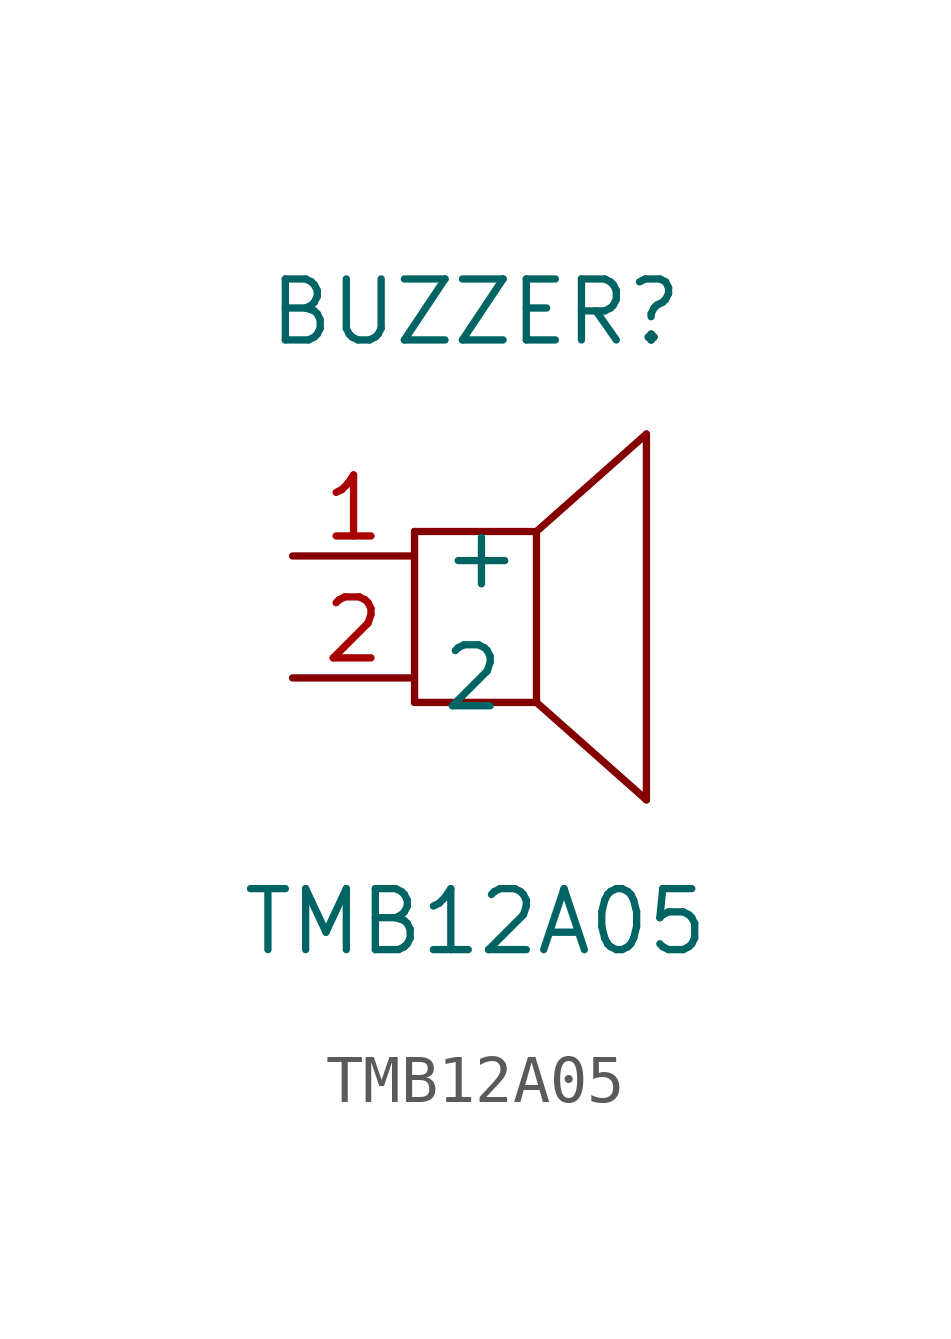
<source format=kicad_sym>
(kicad_symbol_lib
  (version 20211014)
  (generator https://github.com/uPesy/easyeda2kicad.py)
  (symbol "TMB12A05"
    (property "Reference" "BUZZER"
      (at 0 6.35 0)
      (effects (font (size 1.27 1.27))))
    (property "Value" "TMB12A05"
      (at 0 -6.35 0)
      (effects (font (size 1.27 1.27))))
    (symbol "TMB12A05_0_1"
      (polyline (pts (xy 3.56 3.81) (xy 1.27 1.78)) (stroke (width 0) (type default) (color 0 0 0 0)) (fill (type none)))
      (polyline (pts (xy 1.27 -1.78) (xy 3.56 -3.81)) (stroke (width 0) (type default) (color 0 0 0 0)) (fill (type none)))
      (polyline (pts (xy 3.56 3.81) (xy 3.56 -3.81)) (stroke (width 0) (type default) (color 0 0 0 0)) (fill (type none)))
      (polyline (pts (xy 1.27 1.78) (xy 1.27 -1.78)) (stroke (width 0) (type default) (color 0 0 0 0)) (fill (type none)))
      (polyline (pts (xy -1.27 1.78) (xy -1.27 -1.78)) (stroke (width 0) (type default) (color 0 0 0 0)) (fill (type none)))
      (polyline (pts (xy -1.27 -1.78) (xy 1.27 -1.78)) (stroke (width 0) (type default) (color 0 0 0 0)) (fill (type none)))
      (polyline (pts (xy -1.27 1.78) (xy 1.27 1.78)) (stroke (width 0) (type default) (color 0 0 0 0)) (fill (type none)))
      (pin unspecified line (at -3.81 1.27 0) (length 2.54) (name "+" (effects (font (size 1.27 1.27)))) (number "1" (effects (font (size 1.27 1.27)))))
      (pin unspecified line (at -3.81 -1.27 0) (length 2.54) (name "2" (effects (font (size 1.27 1.27)))) (number "2" (effects (font (size 1.27 1.27))))))))
</source>
